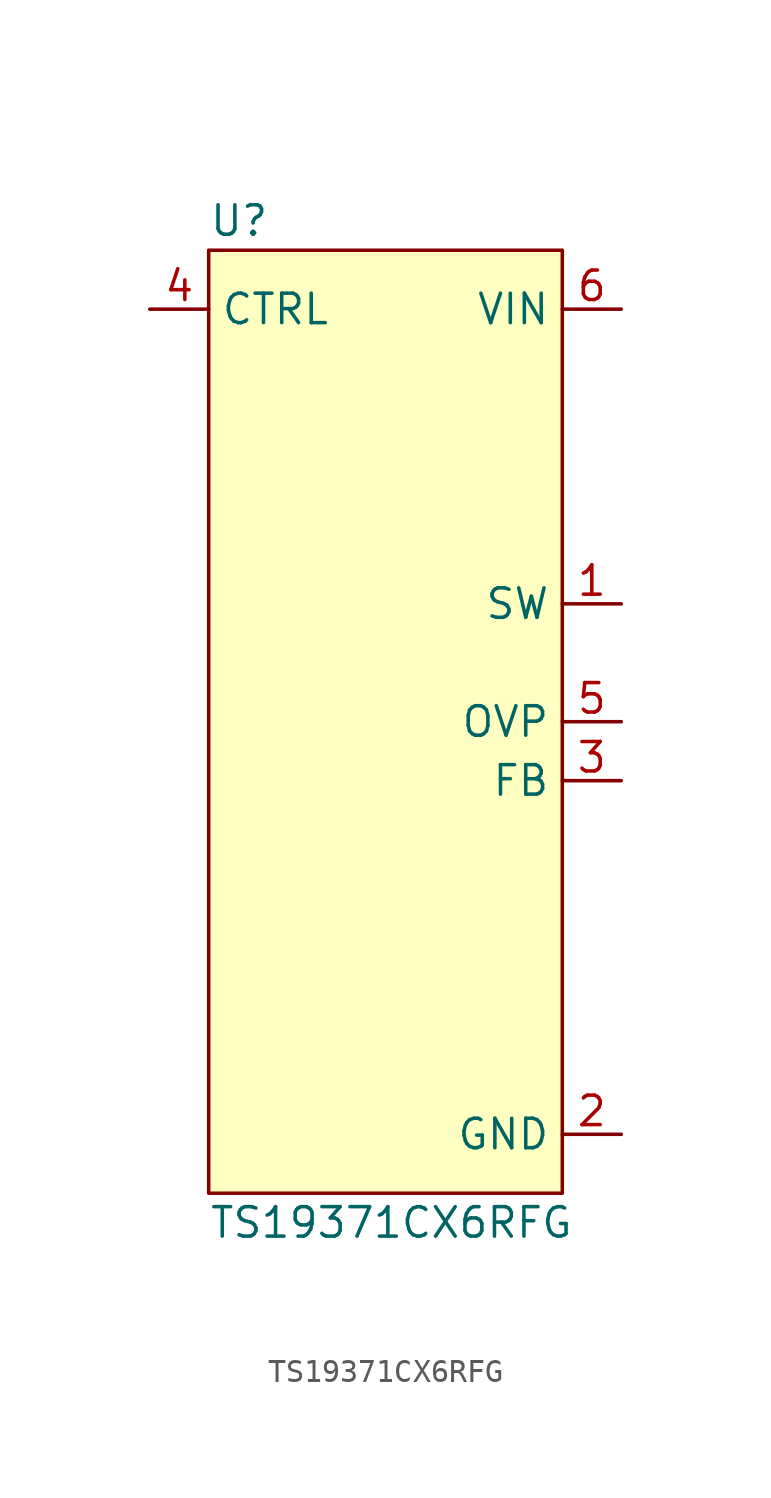
<source format=kicad_sym>
(kicad_symbol_lib
  (version 20211014)
  (generator kicad_symbol_editor)
  (symbol "TS19371CX6RFG"
    (property "Reference" "U"
      (at 0 1.27 0)
      (effects (font (size 1.27 1.27)) (justify left)))
    (property "Value" "TS19371CX6RFG"
      (at 0 -41.91 0)
      (effects (font (size 1.27 1.27)) (justify left)))
    (symbol "TS19371CX6RFG_0_1"
      (rectangle (start 15.24 -40.64) (end 0 0) (stroke (width 0) (type default) (color 0 0 0 0)) (fill (type background))))
    (symbol "TS19371CX6RFG_1_1"
      (pin power_out line (at 17.78 -15.24 180) (length 2.54) (name "SW" (effects (font (size 1.27 1.27)))) (number "1" (effects (font (size 1.27 1.27)))))
      (pin power_in line (at 17.78 -38.1 180) (length 2.54) (name "GND" (effects (font (size 1.27 1.27)))) (number "2" (effects (font (size 1.27 1.27)))))
      (pin input line (at 17.78 -22.86 180) (length 2.54) (name "FB" (effects (font (size 1.27 1.27)))) (number "3" (effects (font (size 1.27 1.27)))))
      (pin input line (at -2.54 -2.54 0) (length 2.54) (name "CTRL" (effects (font (size 1.27 1.27)))) (number "4" (effects (font (size 1.27 1.27)))))
      (pin input line (at 17.78 -20.32 180) (length 2.54) (name "OVP" (effects (font (size 1.27 1.27)))) (number "5" (effects (font (size 1.27 1.27)))))
      (pin power_in line (at 17.78 -2.54 180) (length 2.54) (name "VIN" (effects (font (size 1.27 1.27)))) (number "6" (effects (font (size 1.27 1.27))))))))
</source>
